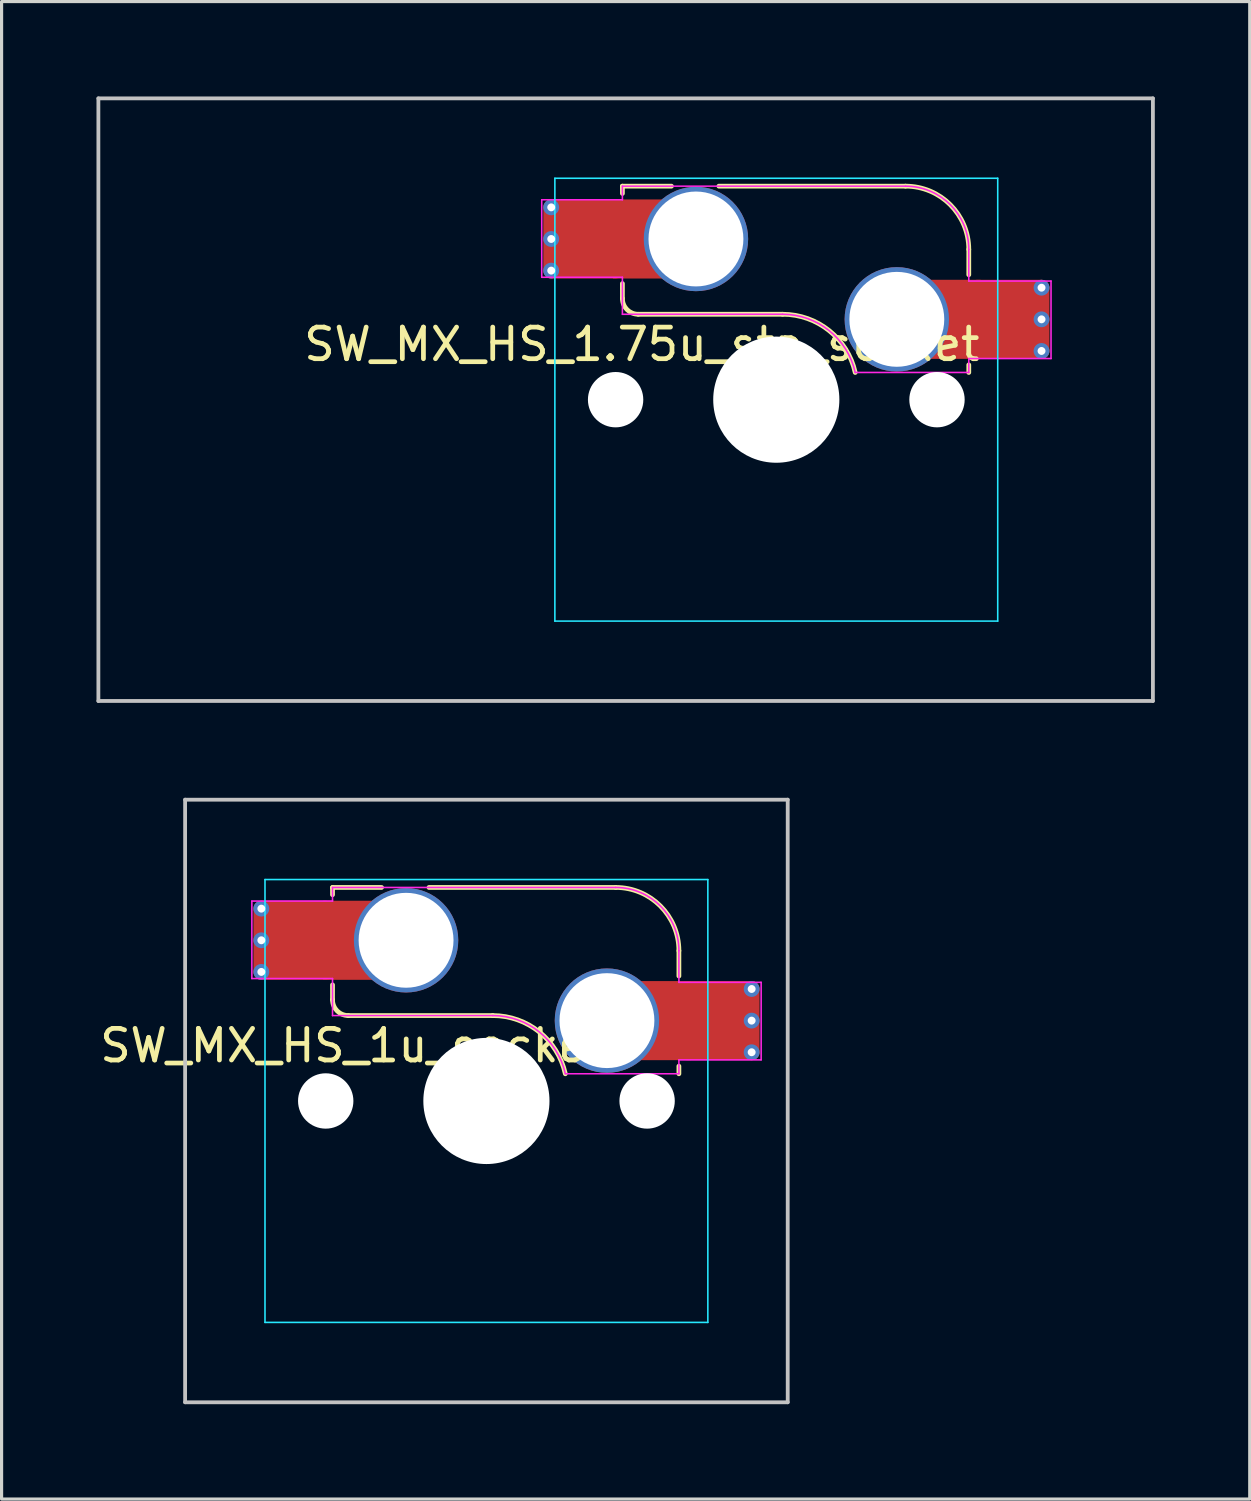
<source format=kicad_pcb>
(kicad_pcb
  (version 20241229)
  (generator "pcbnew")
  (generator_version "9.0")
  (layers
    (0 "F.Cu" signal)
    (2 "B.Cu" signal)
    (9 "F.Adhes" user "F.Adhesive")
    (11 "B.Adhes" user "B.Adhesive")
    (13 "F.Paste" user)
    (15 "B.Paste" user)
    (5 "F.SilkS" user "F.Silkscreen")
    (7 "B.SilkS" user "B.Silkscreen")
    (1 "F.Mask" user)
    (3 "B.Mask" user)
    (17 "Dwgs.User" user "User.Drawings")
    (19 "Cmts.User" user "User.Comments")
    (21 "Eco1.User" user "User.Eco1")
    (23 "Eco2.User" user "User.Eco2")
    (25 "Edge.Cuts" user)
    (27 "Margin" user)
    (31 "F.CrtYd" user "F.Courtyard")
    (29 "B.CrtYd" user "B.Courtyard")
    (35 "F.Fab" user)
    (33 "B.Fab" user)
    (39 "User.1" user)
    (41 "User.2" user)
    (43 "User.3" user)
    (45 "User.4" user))
  (footprint "SW_MX_HS_1u_socket"
    (layer "F.Cu")
    (at 12.327 31.755)
    (property "Reference" "SW_MX_HS_1u_socket" (at -4.25 -1.75 0) (layer "F.SilkS") (effects (font (size 1 1) (thickness 0.15))))
    (attr smd)
    (fp_line (start -4.865 -6.75) (end -4.865 -6.52) (stroke (width 0.15) (type solid)) (layer "F.SilkS"))
    (fp_line (start -4.865 -3.67) (end -4.865 -3.2) (stroke (width 0.15) (type solid)) (layer "F.SilkS"))
    (fp_line (start -4.365 -2.7) (end 0.2 -2.7) (stroke (width 0.15) (type solid)) (layer "F.SilkS"))
    (fp_line (start -3.315 -6.75) (end -4.865 -6.75) (stroke (width 0.15) (type solid)) (layer "F.SilkS"))
    (fp_line (start 4.085 -6.75) (end -1.815 -6.75) (stroke (width 0.15) (type solid)) (layer "F.SilkS"))
    (fp_line (start 6.085 -3.95) (end 6.085 -4.75) (stroke (width 0.15) (type solid)) (layer "F.SilkS"))
    (fp_line (start 6.085 -1.1) (end 6.085 -0.86) (stroke (width 0.15) (type solid)) (layer "F.SilkS"))
    (fp_arc (start -4.364824 -2.70022) (mid -4.718377 -2.846667) (end -4.864824 -3.20022) (stroke (width 0.15) (type solid)) (layer "F.SilkS"))
    (fp_arc (start 0.2 -2.70022) (mid 1.670693 -2.183637) (end 2.494322 -0.86022) (stroke (width 0.15) (type solid)) (layer "F.SilkS"))
    (fp_arc (start 4.085176 -6.75022) (mid 5.49939 -6.164434) (end 6.085176 -4.75022) (stroke (width 0.15) (type solid)) (layer "F.SilkS"))
    (fp_line (start -9.525 -9.525) (end 9.525 -9.525) (stroke (width 0.12) (type solid)) (layer "Dwgs.User"))
    (fp_line (start -9.525 9.525) (end -9.525 -9.525) (stroke (width 0.12) (type solid)) (layer "Dwgs.User"))
    (fp_line (start 9.525 -9.525) (end 9.525 9.525) (stroke (width 0.12) (type solid)) (layer "Dwgs.User"))
    (fp_line (start 9.525 9.525) (end -9.525 9.525) (stroke (width 0.12) (type solid)) (layer "Dwgs.User"))
    (fp_line (start -7 -6.5) (end -7 6.5) (stroke (width 0.05) (type solid)) (layer "Eco2.User"))
    (fp_line (start -6.5 7) (end 6.5 7) (stroke (width 0.05) (type solid)) (layer "Eco2.User"))
    (fp_line (start 6.5 -7) (end -6.5 -7) (stroke (width 0.05) (type solid)) (layer "Eco2.User"))
    (fp_line (start 7 6.5) (end 7 -6.5) (stroke (width 0.05) (type solid)) (layer "Eco2.User"))
    (fp_arc (start -7 -6.5) (mid -6.853553 -6.853553) (end -6.5 -7) (stroke (width 0.05) (type solid)) (layer "Eco2.User"))
    (fp_arc (start -6.497236 6.998884) (mid -6.850789 6.852437) (end -6.997236 6.498884) (stroke (width 0.05) (type solid)) (layer "Eco2.User"))
    (fp_arc (start 6.5 -7) (mid 6.853553 -6.853553) (end 7 -6.5) (stroke (width 0.05) (type solid)) (layer "Eco2.User"))
    (fp_arc (start 7 6.5) (mid 6.853553 6.853553) (end 6.5 7) (stroke (width 0.05) (type solid)) (layer "Eco2.User"))
    (fp_line (start -7 -7) (end 7 -7) (stroke (width 0.05) (type solid)) (layer "B.CrtYd"))
    (fp_line (start -7 7) (end -7 -7) (stroke (width 0.05) (type solid)) (layer "B.CrtYd"))
    (fp_line (start 7 -7) (end 7 7) (stroke (width 0.05) (type solid)) (layer "B.CrtYd"))
    (fp_line (start 7 7) (end -7 7) (stroke (width 0.05) (type solid)) (layer "B.CrtYd"))
    (fp_line (start -7.415 -6.32) (end -4.865 -6.32) (stroke (width 0.05) (type solid)) (layer "F.CrtYd"))
    (fp_line (start -7.415 -3.87) (end -7.415 -6.32) (stroke (width 0.05) (type solid)) (layer "F.CrtYd"))
    (fp_line (start -4.865 -6.75) (end -4.865 -6.32) (stroke (width 0.05) (type solid)) (layer "F.CrtYd"))
    (fp_line (start -4.865 -3.87) (end -7.415 -3.87) (stroke (width 0.05) (type solid)) (layer "F.CrtYd"))
    (fp_line (start -4.865 -3.87) (end -4.865 -2.7) (stroke (width 0.05) (type solid)) (layer "F.CrtYd"))
    (fp_line (start -4.865 -2.7) (end 0.2 -2.7) (stroke (width 0.05) (type solid)) (layer "F.CrtYd"))
    (fp_line (start 4.085 -6.75) (end -4.865 -6.75) (stroke (width 0.05) (type solid)) (layer "F.CrtYd"))
    (fp_line (start 6.085 -3.75) (end 6.085 -4.75) (stroke (width 0.05) (type solid)) (layer "F.CrtYd"))
    (fp_line (start 6.085 -3.75) (end 8.685 -3.75) (stroke (width 0.05) (type solid)) (layer "F.CrtYd"))
    (fp_line (start 6.085 -1.3) (end 6.085 -0.86) (stroke (width 0.05) (type solid)) (layer "F.CrtYd"))
    (fp_line (start 6.085 -0.86) (end 2.494 -0.86) (stroke (width 0.05) (type solid)) (layer "F.CrtYd"))
    (fp_line (start 8.685 -3.75) (end 8.685 -1.3) (stroke (width 0.05) (type solid)) (layer "F.CrtYd"))
    (fp_line (start 8.685 -1.3) (end 6.085 -1.3) (stroke (width 0.05) (type solid)) (layer "F.CrtYd"))
    (fp_arc (start 0.2 -2.70022) (mid 1.670503 -2.183399) (end 2.494322 -0.86022) (stroke (width 0.05) (type solid)) (layer "F.CrtYd"))
    (fp_arc (start 4.085176 -6.75022) (mid 5.49939 -6.164434) (end 6.085176 -4.75022) (stroke (width 0.05) (type solid)) (layer "F.CrtYd"))
    (pad "" np_thru_hole circle (at -5.08 0) (size 1.75 1.75) (drill 1.75) (layers "*.Cu" "*.Mask"))
    (pad "" np_thru_hole circle (at 0 0) (size 3.988 3.988) (drill 3.988) (layers "*.Cu" "*.Mask"))
    (pad "" np_thru_hole circle (at 5.08 0) (size 1.75 1.75) (drill 1.75) (layers "*.Cu" "*.Mask"))
    (pad "1" thru_hole circle (at 3.81 -2.54) (size 3.3 3.3) (drill 3) (layers "*.Cu" "*.Mask"))
    (pad "1" smd rect (at 5.635 -2.54 180) (size 1.65 2.5) (layers "F.Cu"))
    (pad "1" smd roundrect (at 7.36 -2.54) (size 2.55 2.5) (layers "F.Cu" "F.Mask" "F.Paste") (roundrect_rratio 0.1))
    (pad "1" thru_hole circle (at 8.385 -3.54) (size 0.5 0.5) (drill 0.25) (layers "*.Cu"))
    (pad "1" thru_hole circle (at 8.385 -2.54) (size 0.5 0.5) (drill 0.25) (layers "*.Cu"))
    (pad "1" thru_hole circle (at 8.385 -1.54) (size 0.5 0.5) (drill 0.25) (layers "*.Cu"))
    (pad "2" thru_hole circle (at -7.115 -6.08) (size 0.5 0.5) (drill 0.25) (layers "*.Cu"))
    (pad "2" thru_hole circle (at -7.115 -5.08) (size 0.5 0.5) (drill 0.25) (layers "*.Cu"))
    (pad "2" thru_hole circle (at -7.115 -4.08) (size 0.5 0.5) (drill 0.25) (layers "*.Cu"))
    (pad "2" smd roundrect (at -6.09 -5.08) (size 2.55 2.5) (layers "F.Cu" "F.Mask" "F.Paste") (roundrect_rratio 0.1))
    (pad "2" smd rect (at -4.34 -5.08) (size 1.65 2.5) (layers "F.Cu"))
    (pad "2" thru_hole circle (at -2.54 -5.08) (size 3.3 3.3) (drill 3) (layers "*.Cu" "*.Mask")))
  (footprint "SW_MX_HS_1.75u_stp_socket"
    (layer "F.Cu")
    (at 21.491 9.585)
    (property "Reference" "SW_MX_HS_1.75u_stp_socket" (at -4.25 -1.75 0) (layer "F.SilkS") (effects (font (size 1 1) (thickness 0.15))))
    (attr smd)
    (fp_line (start -4.865 -6.75) (end -4.865 -6.52) (stroke (width 0.15) (type solid)) (layer "F.SilkS"))
    (fp_line (start -4.865 -3.67) (end -4.865 -3.2) (stroke (width 0.15) (type solid)) (layer "F.SilkS"))
    (fp_line (start -4.365 -2.7) (end 0.2 -2.7) (stroke (width 0.15) (type solid)) (layer "F.SilkS"))
    (fp_line (start -3.315 -6.75) (end -4.865 -6.75) (stroke (width 0.15) (type solid)) (layer "F.SilkS"))
    (fp_line (start 4.085 -6.75) (end -1.815 -6.75) (stroke (width 0.15) (type solid)) (layer "F.SilkS"))
    (fp_line (start 6.085 -3.95) (end 6.085 -4.75) (stroke (width 0.15) (type solid)) (layer "F.SilkS"))
    (fp_line (start 6.085 -1.1) (end 6.085 -0.86) (stroke (width 0.15) (type solid)) (layer "F.SilkS"))
    (fp_arc (start -4.364824 -2.70022) (mid -4.718377 -2.846667) (end -4.864824 -3.20022) (stroke (width 0.15) (type solid)) (layer "F.SilkS"))
    (fp_arc (start 0.2 -2.70022) (mid 1.670693 -2.183637) (end 2.494322 -0.86022) (stroke (width 0.15) (type solid)) (layer "F.SilkS"))
    (fp_arc (start 4.085176 -6.75022) (mid 5.49939 -6.164434) (end 6.085176 -4.75022) (stroke (width 0.15) (type solid)) (layer "F.SilkS"))
    (fp_line (start -21.431 -9.525) (end 11.906 -9.525) (stroke (width 0.12) (type solid)) (layer "Dwgs.User"))
    (fp_line (start -21.431 9.525) (end -21.431 -9.525) (stroke (width 0.12) (type solid)) (layer "Dwgs.User"))
    (fp_line (start 11.906 -9.525) (end 11.906 9.525) (stroke (width 0.12) (type solid)) (layer "Dwgs.User"))
    (fp_line (start 11.906 9.525) (end -21.431 9.525) (stroke (width 0.12) (type solid)) (layer "Dwgs.User"))
    (fp_line (start -7 -6.5) (end -7 6.5) (stroke (width 0.05) (type solid)) (layer "Eco2.User"))
    (fp_line (start -6.5 7) (end 6.5 7) (stroke (width 0.05) (type solid)) (layer "Eco2.User"))
    (fp_line (start 6.5 -7) (end -6.5 -7) (stroke (width 0.05) (type solid)) (layer "Eco2.User"))
    (fp_line (start 7 6.5) (end 7 -6.5) (stroke (width 0.05) (type solid)) (layer "Eco2.User"))
    (fp_arc (start -7 -6.5) (mid -6.853553 -6.853553) (end -6.5 -7) (stroke (width 0.05) (type solid)) (layer "Eco2.User"))
    (fp_arc (start -6.497236 6.998884) (mid -6.850789 6.852437) (end -6.997236 6.498884) (stroke (width 0.05) (type solid)) (layer "Eco2.User"))
    (fp_arc (start 6.5 -7) (mid 6.853553 -6.853553) (end 7 -6.5) (stroke (width 0.05) (type solid)) (layer "Eco2.User"))
    (fp_arc (start 7 6.5) (mid 6.853553 6.853553) (end 6.5 7) (stroke (width 0.05) (type solid)) (layer "Eco2.User"))
    (fp_line (start -7 -7) (end 7 -7) (stroke (width 0.05) (type solid)) (layer "B.CrtYd"))
    (fp_line (start -7 7) (end -7 -7) (stroke (width 0.05) (type solid)) (layer "B.CrtYd"))
    (fp_line (start 7 -7) (end 7 7) (stroke (width 0.05) (type solid)) (layer "B.CrtYd"))
    (fp_line (start 7 7) (end -7 7) (stroke (width 0.05) (type solid)) (layer "B.CrtYd"))
    (fp_line (start -7.415 -6.32) (end -4.865 -6.32) (stroke (width 0.05) (type solid)) (layer "F.CrtYd"))
    (fp_line (start -7.415 -3.87) (end -7.415 -6.32) (stroke (width 0.05) (type solid)) (layer "F.CrtYd"))
    (fp_line (start -4.865 -6.75) (end -4.865 -6.32) (stroke (width 0.05) (type solid)) (layer "F.CrtYd"))
    (fp_line (start -4.865 -3.87) (end -7.415 -3.87) (stroke (width 0.05) (type solid)) (layer "F.CrtYd"))
    (fp_line (start -4.865 -3.87) (end -4.865 -2.7) (stroke (width 0.05) (type solid)) (layer "F.CrtYd"))
    (fp_line (start -4.865 -2.7) (end 0.2 -2.7) (stroke (width 0.05) (type solid)) (layer "F.CrtYd"))
    (fp_line (start 4.085 -6.75) (end -4.865 -6.75) (stroke (width 0.05) (type solid)) (layer "F.CrtYd"))
    (fp_line (start 6.085 -3.75) (end 6.085 -4.75) (stroke (width 0.05) (type solid)) (layer "F.CrtYd"))
    (fp_line (start 6.085 -3.75) (end 8.685 -3.75) (stroke (width 0.05) (type solid)) (layer "F.CrtYd"))
    (fp_line (start 6.085 -1.3) (end 6.085 -0.86) (stroke (width 0.05) (type solid)) (layer "F.CrtYd"))
    (fp_line (start 6.085 -0.86) (end 2.494 -0.86) (stroke (width 0.05) (type solid)) (layer "F.CrtYd"))
    (fp_line (start 8.685 -3.75) (end 8.685 -1.3) (stroke (width 0.05) (type solid)) (layer "F.CrtYd"))
    (fp_line (start 8.685 -1.3) (end 6.085 -1.3) (stroke (width 0.05) (type solid)) (layer "F.CrtYd"))
    (fp_arc (start 0.2 -2.70022) (mid 1.670503 -2.183399) (end 2.494322 -0.86022) (stroke (width 0.05) (type solid)) (layer "F.CrtYd"))
    (fp_arc (start 4.085176 -6.75022) (mid 5.49939 -6.164434) (end 6.085176 -4.75022) (stroke (width 0.05) (type solid)) (layer "F.CrtYd"))
    (pad "" np_thru_hole circle (at -5.08 0) (size 1.75 1.75) (drill 1.75) (layers "*.Cu" "*.Mask"))
    (pad "" np_thru_hole circle (at 0 0) (size 3.988 3.988) (drill 3.988) (layers "*.Cu" "*.Mask"))
    (pad "" np_thru_hole circle (at 5.08 0) (size 1.75 1.75) (drill 1.75) (layers "*.Cu" "*.Mask"))
    (pad "1" thru_hole circle (at 3.81 -2.54) (size 3.3 3.3) (drill 3) (layers "*.Cu" "*.Mask"))
    (pad "1" smd rect (at 5.635 -2.54 180) (size 1.65 2.5) (layers "F.Cu"))
    (pad "1" smd roundrect (at 7.36 -2.54) (size 2.55 2.5) (layers "F.Cu" "F.Mask" "F.Paste") (roundrect_rratio 0.1))
    (pad "1" thru_hole circle (at 8.385 -3.54) (size 0.5 0.5) (drill 0.25) (layers "*.Cu"))
    (pad "1" thru_hole circle (at 8.385 -2.54) (size 0.5 0.5) (drill 0.25) (layers "*.Cu"))
    (pad "1" thru_hole circle (at 8.385 -1.54) (size 0.5 0.5) (drill 0.25) (layers "*.Cu"))
    (pad "2" thru_hole circle (at -7.115 -6.08) (size 0.5 0.5) (drill 0.25) (layers "*.Cu"))
    (pad "2" thru_hole circle (at -7.115 -5.08) (size 0.5 0.5) (drill 0.25) (layers "*.Cu"))
    (pad "2" thru_hole circle (at -7.115 -4.08) (size 0.5 0.5) (drill 0.25) (layers "*.Cu"))
    (pad "2" smd roundrect (at -6.09 -5.08) (size 2.55 2.5) (layers "F.Cu" "F.Mask" "F.Paste") (roundrect_rratio 0.1))
    (pad "2" smd rect (at -4.34 -5.08) (size 1.65 2.5) (layers "F.Cu"))
    (pad "2" thru_hole circle (at -2.54 -5.08) (size 3.3 3.3) (drill 3) (layers "*.Cu" "*.Mask")))
  (gr_rect
    (start -3 -3)
    (end 36.458 44.34)
    (stroke (width 0.1) (type default))
    (fill no)
    (layer "Edge.Cuts")))
</source>
